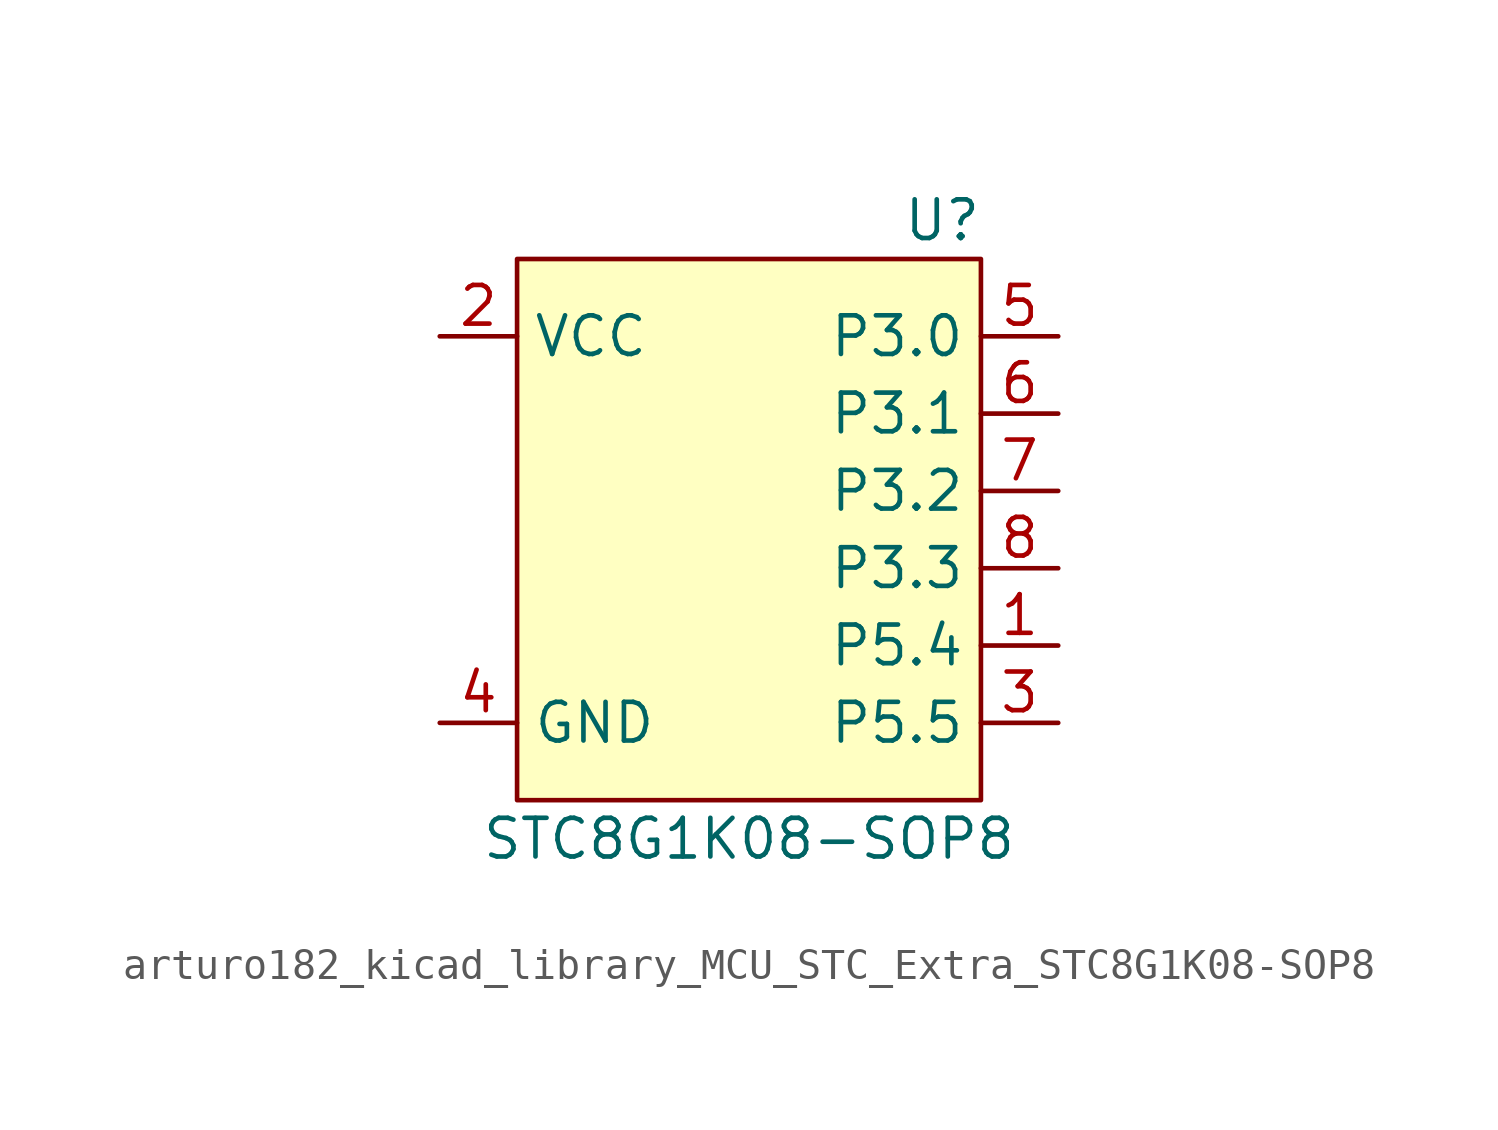
<source format=kicad_sym>
(kicad_symbol_lib
  (version 20220914)
  (generator kicad_symbol_editor)
  (symbol "MCU_STC_Extra:arturo182_kicad_library_MCU_STC_Extra_STC8G1K08-SOP8"
    (property "Reference" "U"
      (at 6.35 10.16 0)
      (effects (font (size 1.27 1.27))))
    (property "Value" "STC8G1K08-SOP8"
      (at 0 -10.16 0)
      (effects (font (size 1.27 1.27))))
    (symbol "arturo182_kicad_library_MCU_STC_Extra_STC8G1K08-SOP8_0_0"
      (pin bidirectional line (at 10.16 -3.81 180) (length 2.54) (name "P5.4" (effects (font (size 1.27 1.27)))) (number "1" (effects (font (size 1.27 1.27)))) (alternate "MCLKO" bidirectional line) (alternate "RST" bidirectional line))
      (pin power_in line (at -10.16 6.35 0) (length 2.54) (name "VCC" (effects (font (size 1.27 1.27)))) (number "2" (effects (font (size 1.27 1.27)))))
      (pin bidirectional line (at 10.16 -6.35 180) (length 2.54) (name "P5.5" (effects (font (size 1.27 1.27)))) (number "3" (effects (font (size 1.27 1.27)))))
      (pin power_in line (at -10.16 -6.35 0) (length 2.54) (name "GND" (effects (font (size 1.27 1.27)))) (number "4" (effects (font (size 1.27 1.27)))))
      (pin bidirectional line (at 10.16 6.35 180) (length 2.54) (name "P3.0" (effects (font (size 1.27 1.27)))) (number "5" (effects (font (size 1.27 1.27)))) (alternate "ADC8" bidirectional line) (alternate "INT4" bidirectional line) (alternate "RxD" bidirectional line))
      (pin bidirectional line (at 10.16 3.81 180) (length 2.54) (name "P3.1" (effects (font (size 1.27 1.27)))) (number "6" (effects (font (size 1.27 1.27)))) (alternate "ADC9" bidirectional line) (alternate "TxD" bidirectional line))
      (pin bidirectional line (at 10.16 1.27 180) (length 2.54) (name "P3.2" (effects (font (size 1.27 1.27)))) (number "7" (effects (font (size 1.27 1.27)))) (alternate "ADC10" bidirectional line) (alternate "I2C_SDA4" bidirectional line) (alternate "INT0" bidirectional line) (alternate "SCLK4" bidirectional line))
      (pin bidirectional line (at 10.16 -1.27 180) (length 2.54) (name "P3.3" (effects (font (size 1.27 1.27)))) (number "8" (effects (font (size 1.27 1.27)))) (alternate "ADC11" bidirectional line) (alternate "I2C_SDA4" bidirectional line) (alternate "INT1" bidirectional line) (alternate "MISO" bidirectional line)))
    (symbol "arturo182_kicad_library_MCU_STC_Extra_STC8G1K08-SOP8_0_1"
      (rectangle (start -7.62 8.89) (end 7.62 -8.89) (stroke (width 0.152)) (fill (type background))))))
</source>
